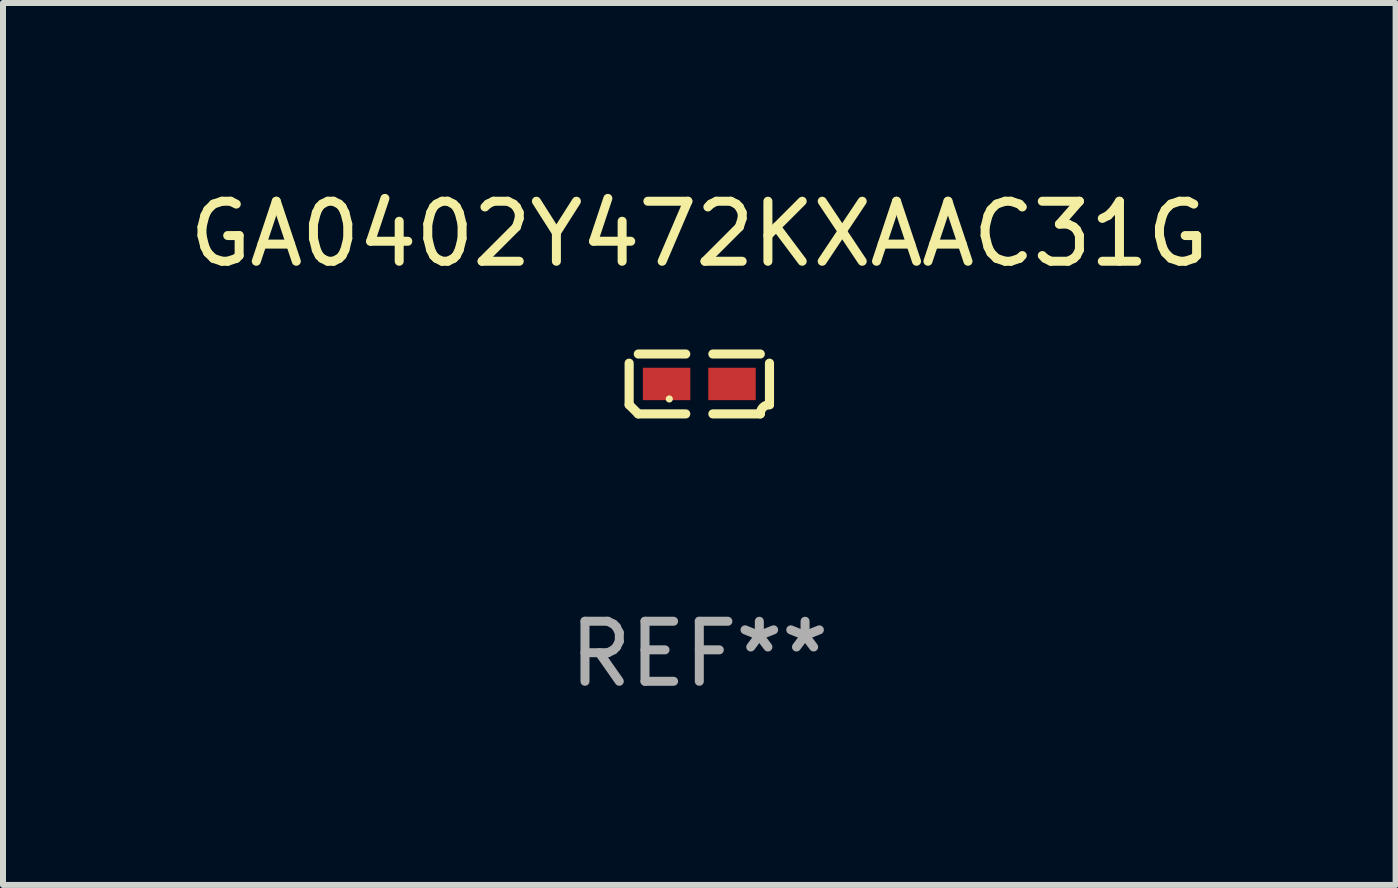
<source format=kicad_pcb>
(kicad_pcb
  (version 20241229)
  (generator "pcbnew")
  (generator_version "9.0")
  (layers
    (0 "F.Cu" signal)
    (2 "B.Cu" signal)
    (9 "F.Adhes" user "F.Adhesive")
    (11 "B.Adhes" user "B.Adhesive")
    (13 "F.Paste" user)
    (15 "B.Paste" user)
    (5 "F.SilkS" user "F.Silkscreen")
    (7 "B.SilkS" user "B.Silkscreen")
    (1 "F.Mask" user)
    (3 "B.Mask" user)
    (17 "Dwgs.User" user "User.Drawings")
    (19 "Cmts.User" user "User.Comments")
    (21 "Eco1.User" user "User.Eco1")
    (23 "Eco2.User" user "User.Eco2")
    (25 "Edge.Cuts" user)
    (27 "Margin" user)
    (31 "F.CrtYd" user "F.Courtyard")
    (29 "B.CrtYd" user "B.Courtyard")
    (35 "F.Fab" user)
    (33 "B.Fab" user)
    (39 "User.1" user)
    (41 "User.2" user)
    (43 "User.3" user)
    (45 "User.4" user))
  (footprint "GA0402Y472KXAAC31G"
    (layer "F.Cu")
    (at 8.601 3.347)
    (property "Reference" "GA0402Y472KXAAC31G" (at 0 -2.499 0) (layer "F.SilkS") (effects (font (size 1 1) (thickness 0.15))))
    (attr through_hole)
    (fp_line (start -1.169 0.346) (end -1.169 -0.346) (stroke (width 0.152) (type solid)) (layer "F.SilkS"))
    (fp_line (start -1.016 -0.499) (end -0.226 -0.499) (stroke (width 0.152) (type solid)) (layer "F.SilkS"))
    (fp_line (start -0.226 0.499) (end -1.016 0.499) (stroke (width 0.152) (type solid)) (layer "F.SilkS"))
    (fp_line (start 0.226 0.499) (end 1.016 0.499) (stroke (width 0.152) (type solid)) (layer "F.SilkS"))
    (fp_line (start 1.016 -0.499) (end 0.226 -0.499) (stroke (width 0.152) (type solid)) (layer "F.SilkS"))
    (fp_line (start 1.169 0.346) (end 1.169 -0.346) (stroke (width 0.152) (type solid)) (layer "F.SilkS"))
    (fp_arc (start -1.016307 0.498603) (mid -1.092512 0.422405) (end -1.16871 0.3462) (stroke (width 0.1524) (type solid)) (layer "F.SilkS"))
    (fp_arc (start 1.016307 0.498603) (mid 1.060899 0.390758) (end 1.168707 0.346076) (stroke (width 0.1524) (type solid)) (layer "F.SilkS"))
    (fp_circle (center -0.5 0.25) (end -0.47 0.25) (stroke (width 0.06) (type solid)) (fill no) (layer "F.SilkS"))
    (fp_text user "REF**" (at 0 4.499 0) (layer "F.Fab") (effects (font (size 1 1) (thickness 0.15))))
    (pad "1" smd rect (at -0.545 0) (size 0.79 0.54) (layers "F.Cu" "F.Mask" "F.Paste"))
    (pad "2" smd rect (at 0.545 0) (size 0.79 0.54) (layers "F.Cu" "F.Mask" "F.Paste")))
  (gr_rect
    (start -3 -3)
    (end 20.202 11.694)
    (stroke (width 0.1) (type default))
    (fill no)
    (layer "Edge.Cuts")))
</source>
